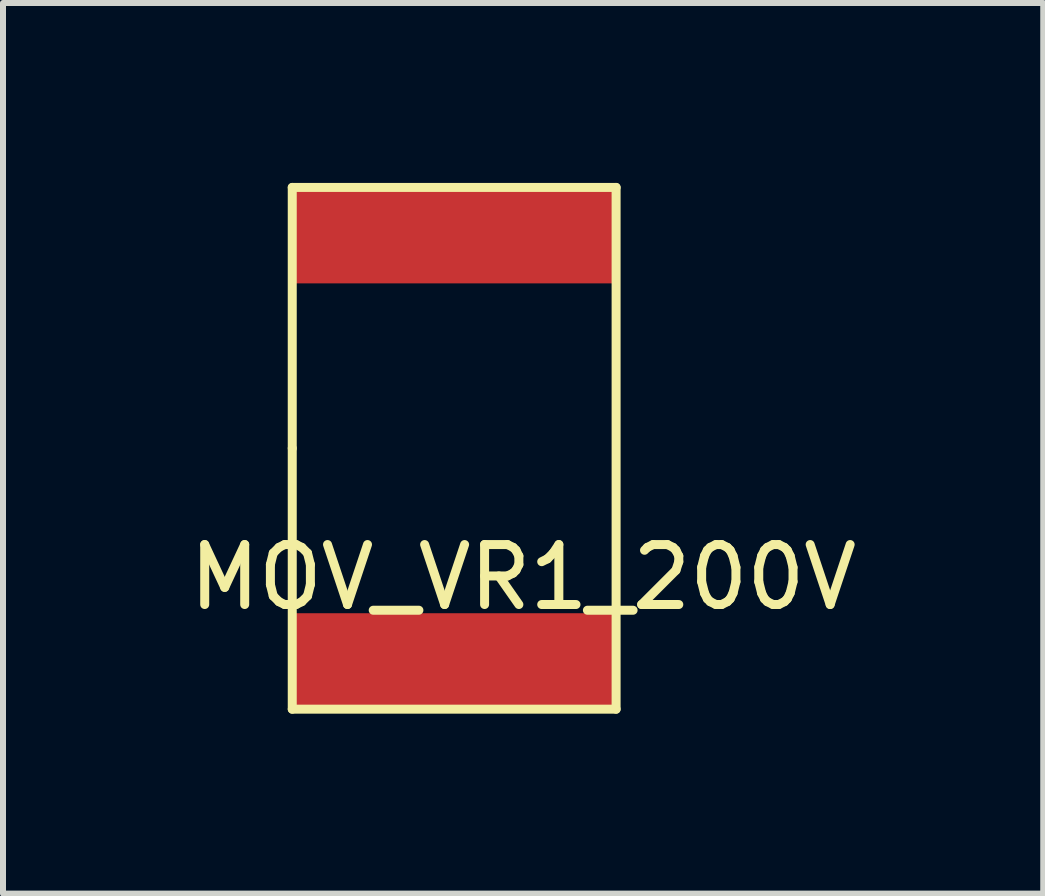
<source format=kicad_pcb>
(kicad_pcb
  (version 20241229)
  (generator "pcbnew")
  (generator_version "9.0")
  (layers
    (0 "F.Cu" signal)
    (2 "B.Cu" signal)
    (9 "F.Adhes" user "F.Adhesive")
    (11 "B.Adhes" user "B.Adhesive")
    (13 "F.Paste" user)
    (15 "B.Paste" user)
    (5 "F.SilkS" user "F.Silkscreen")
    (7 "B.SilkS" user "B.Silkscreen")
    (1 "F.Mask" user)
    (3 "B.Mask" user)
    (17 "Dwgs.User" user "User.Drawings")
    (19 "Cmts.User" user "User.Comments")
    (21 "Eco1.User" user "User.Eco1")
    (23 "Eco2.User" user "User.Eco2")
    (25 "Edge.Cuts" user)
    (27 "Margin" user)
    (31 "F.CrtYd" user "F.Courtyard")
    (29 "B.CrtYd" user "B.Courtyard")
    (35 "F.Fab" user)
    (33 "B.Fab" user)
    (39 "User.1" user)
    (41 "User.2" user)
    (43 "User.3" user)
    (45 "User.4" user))
  (footprint "MOV_VR1_200V"
    (layer "F.Cu")
    (at 4.523 4.425)
    (property "Reference" "MOV_VR1_200V" (at 1.15 2.15 0) (layer "F.SilkS") (effects (font (size 1 1) (thickness 0.15))))
    (attr through_hole)
    (fp_line (start -2.7 -4.35) (end -2.7 0) (stroke (width 0.15) (type solid)) (layer "F.SilkS"))
    (fp_line (start -2.7 0) (end -2.7 4.35) (stroke (width 0.15) (type solid)) (layer "F.SilkS"))
    (fp_line (start -2.7 4.35) (end 2.7 4.35) (stroke (width 0.15) (type solid)) (layer "F.SilkS"))
    (fp_line (start 2.7 -4.35) (end -2.7 -4.35) (stroke (width 0.15) (type solid)) (layer "F.SilkS"))
    (fp_line (start 2.7 4.35) (end 2.7 -4.35) (stroke (width 0.15) (type solid)) (layer "F.SilkS"))
    (pad "1" smd rect (at 0 -3.55) (size 5.4 1.6) (layers "F.Cu" "F.Mask" "F.Paste"))
    (pad "2" smd rect (at 0 3.55) (size 5.4 1.6) (layers "F.Cu" "F.Mask" "F.Paste")))
  (gr_rect
    (start -3 -3)
    (end 14.345 11.85)
    (stroke (width 0.1) (type default))
    (fill no)
    (layer "Edge.Cuts")))
</source>
